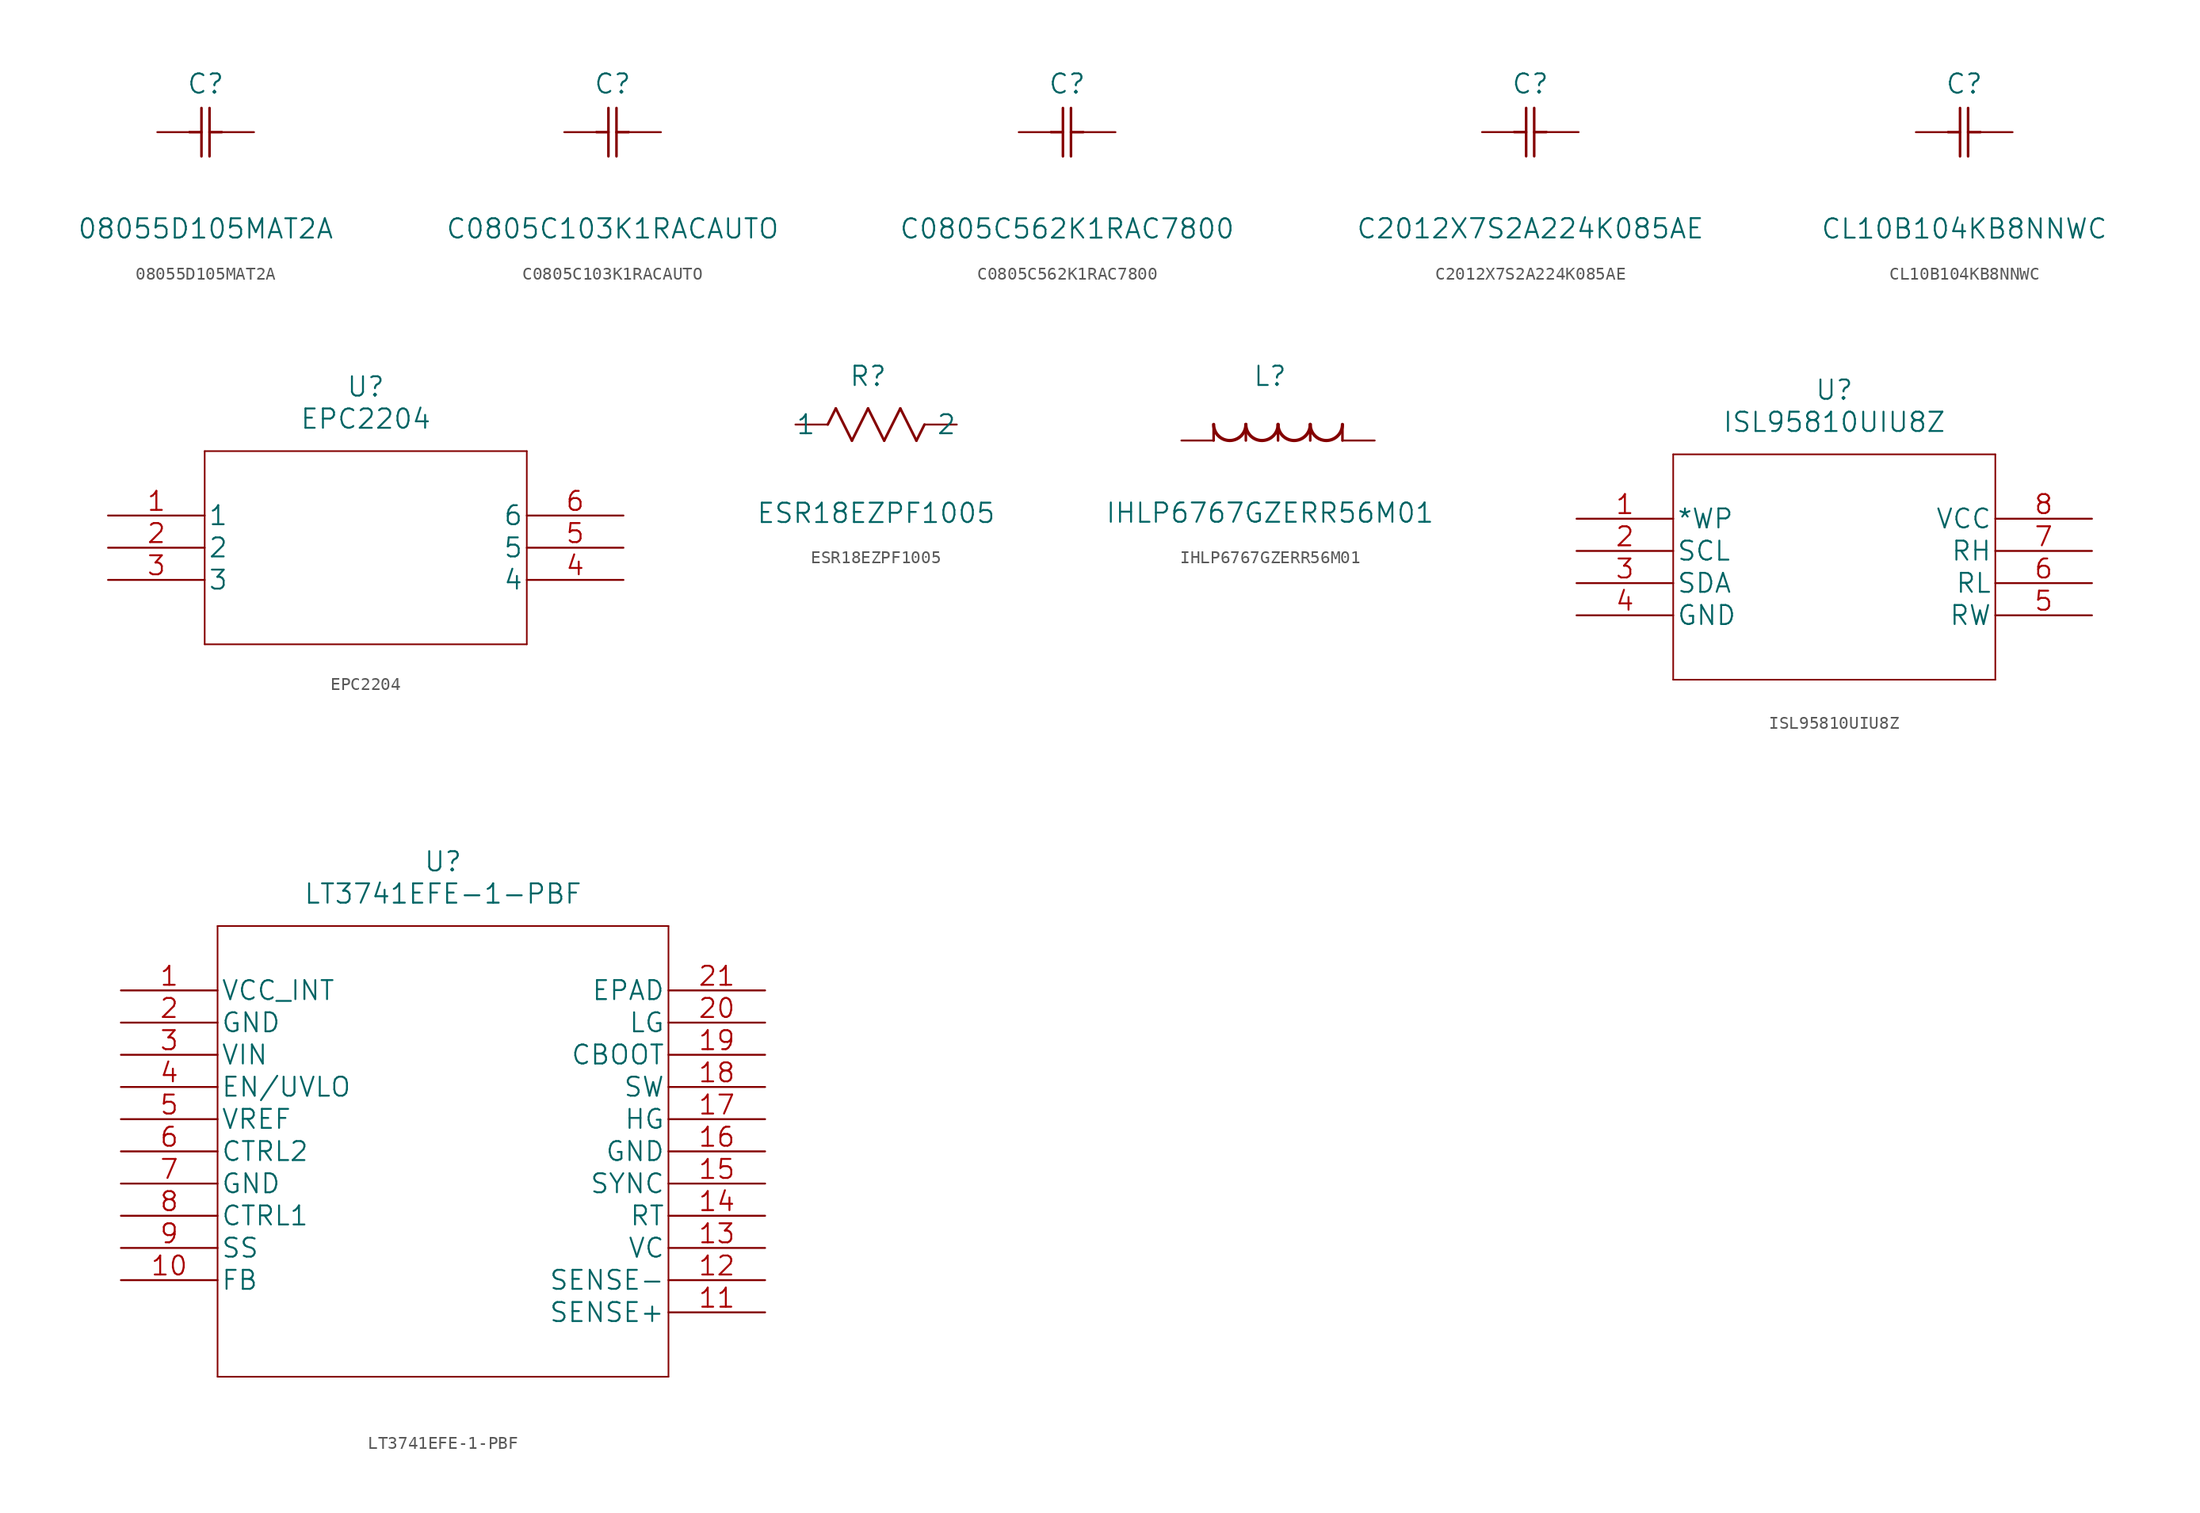
<source format=kicad_sym>
(kicad_symbol_lib
  (version 20211014)
  (generator kicad_symbol_editor)
  (symbol "08055D105MAT2A"
    (pin_numbers hide)
    (pin_names
      (offset 1.651) hide)
    (property "Reference" "C"
      (at 3.81 3.81 0)
      (effects (font (size 1.524 1.524))))
    (property "Value" "08055D105MAT2A"
      (at 3.81 -7.62 0)
      (effects (font (size 1.524 1.524))))
    (property "Datasheet" ""
      (at 0 0 0)
      (effects (font (size 1.524 1.524))))
    (property "ki_locked" ""
      (at 0 0 0)
      (effects (font (size 1.27 1.27))))
    (symbol "08055D105MAT2A_1_1"
      (polyline (pts (xy 2.54 0) (xy 3.48 0)) (stroke (width 0.203) (type default) (color 0 0 0 0)) (fill (type none)))
      (polyline (pts (xy 3.48 -1.905) (xy 3.48 1.905)) (stroke (width 0.203) (type default) (color 0 0 0 0)) (fill (type none)))
      (polyline (pts (xy 4.115 -1.905) (xy 4.115 1.905)) (stroke (width 0.203) (type default) (color 0 0 0 0)) (fill (type none)))
      (polyline (pts (xy 4.115 0) (xy 5.08 0)) (stroke (width 0.203) (type default) (color 0 0 0 0)) (fill (type none)))
      (pin unspecified line (at 0 0 0) (length 2.54) (name "1" (effects (font (size 1.499 1.499)))) (number "1" (effects (font (size 1.499 1.499)))))
      (pin unspecified line (at 7.62 0 180) (length 2.54) (name "2" (effects (font (size 1.499 1.499)))) (number "2" (effects (font (size 1.499 1.499)))))))
  (symbol "C0805C103K1RACAUTO"
    (pin_numbers hide)
    (pin_names
      (offset 1.651) hide)
    (property "Reference" "C"
      (at 3.81 3.81 0)
      (effects (font (size 1.524 1.524))))
    (property "Value" "C0805C103K1RACAUTO"
      (at 3.81 -7.62 0)
      (effects (font (size 1.524 1.524))))
    (property "Datasheet" ""
      (at 0 0 0)
      (effects (font (size 1.524 1.524))))
    (property "ki_locked" ""
      (at 0 0 0)
      (effects (font (size 1.27 1.27))))
    (symbol "C0805C103K1RACAUTO_1_1"
      (polyline (pts (xy 2.54 0) (xy 3.48 0)) (stroke (width 0.203) (type default) (color 0 0 0 0)) (fill (type none)))
      (polyline (pts (xy 3.48 -1.905) (xy 3.48 1.905)) (stroke (width 0.203) (type default) (color 0 0 0 0)) (fill (type none)))
      (polyline (pts (xy 4.115 -1.905) (xy 4.115 1.905)) (stroke (width 0.203) (type default) (color 0 0 0 0)) (fill (type none)))
      (polyline (pts (xy 4.115 0) (xy 5.08 0)) (stroke (width 0.203) (type default) (color 0 0 0 0)) (fill (type none)))
      (pin unspecified line (at 0 0 0) (length 2.54) (name "1" (effects (font (size 1.499 1.499)))) (number "1" (effects (font (size 1.499 1.499)))))
      (pin unspecified line (at 7.62 0 180) (length 2.54) (name "2" (effects (font (size 1.499 1.499)))) (number "2" (effects (font (size 1.499 1.499)))))))
  (symbol "C0805C562K1RAC7800"
    (pin_numbers hide)
    (pin_names
      (offset 1.651) hide)
    (property "Reference" "C"
      (at 3.81 3.81 0)
      (effects (font (size 1.524 1.524))))
    (property "Value" "C0805C562K1RAC7800"
      (at 3.81 -7.62 0)
      (effects (font (size 1.524 1.524))))
    (property "Datasheet" ""
      (at 0 0 0)
      (effects (font (size 1.524 1.524))))
    (property "ki_locked" ""
      (at 0 0 0)
      (effects (font (size 1.27 1.27))))
    (symbol "C0805C562K1RAC7800_1_1"
      (polyline (pts (xy 2.54 0) (xy 3.48 0)) (stroke (width 0.203) (type default) (color 0 0 0 0)) (fill (type none)))
      (polyline (pts (xy 3.48 -1.905) (xy 3.48 1.905)) (stroke (width 0.203) (type default) (color 0 0 0 0)) (fill (type none)))
      (polyline (pts (xy 4.115 -1.905) (xy 4.115 1.905)) (stroke (width 0.203) (type default) (color 0 0 0 0)) (fill (type none)))
      (polyline (pts (xy 4.115 0) (xy 5.08 0)) (stroke (width 0.203) (type default) (color 0 0 0 0)) (fill (type none)))
      (pin unspecified line (at 0 0 0) (length 2.54) (name "1" (effects (font (size 1.499 1.499)))) (number "1" (effects (font (size 1.499 1.499)))))
      (pin unspecified line (at 7.62 0 180) (length 2.54) (name "2" (effects (font (size 1.499 1.499)))) (number "2" (effects (font (size 1.499 1.499)))))))
  (symbol "C2012X7S2A224K085AE"
    (pin_numbers hide)
    (pin_names
      (offset 1.651) hide)
    (property "Reference" "C"
      (at 3.81 3.81 0)
      (effects (font (size 1.524 1.524))))
    (property "Value" "C2012X7S2A224K085AE"
      (at 3.81 -7.62 0)
      (effects (font (size 1.524 1.524))))
    (property "Datasheet" ""
      (at 0 0 0)
      (effects (font (size 1.524 1.524))))
    (property "ki_locked" ""
      (at 0 0 0)
      (effects (font (size 1.27 1.27))))
    (symbol "C2012X7S2A224K085AE_1_1"
      (polyline (pts (xy 2.54 0) (xy 3.48 0)) (stroke (width 0.203) (type default) (color 0 0 0 0)) (fill (type none)))
      (polyline (pts (xy 3.48 -1.905) (xy 3.48 1.905)) (stroke (width 0.203) (type default) (color 0 0 0 0)) (fill (type none)))
      (polyline (pts (xy 4.115 -1.905) (xy 4.115 1.905)) (stroke (width 0.203) (type default) (color 0 0 0 0)) (fill (type none)))
      (polyline (pts (xy 4.115 0) (xy 5.08 0)) (stroke (width 0.203) (type default) (color 0 0 0 0)) (fill (type none)))
      (pin unspecified line (at 0 0 0) (length 2.54) (name "1" (effects (font (size 1.499 1.499)))) (number "1" (effects (font (size 1.499 1.499)))))
      (pin unspecified line (at 7.62 0 180) (length 2.54) (name "2" (effects (font (size 1.499 1.499)))) (number "2" (effects (font (size 1.499 1.499)))))))
  (symbol "CL10B104KB8NNWC"
    (pin_numbers hide)
    (pin_names
      (offset 1.651) hide)
    (property "Reference" "C"
      (at 3.81 3.81 0)
      (effects (font (size 1.524 1.524))))
    (property "Value" "CL10B104KB8NNWC"
      (at 3.81 -7.62 0)
      (effects (font (size 1.524 1.524))))
    (property "Datasheet" ""
      (at 0 0 0)
      (effects (font (size 1.524 1.524))))
    (property "ki_locked" ""
      (at 0 0 0)
      (effects (font (size 1.27 1.27))))
    (symbol "CL10B104KB8NNWC_1_1"
      (polyline (pts (xy 2.54 0) (xy 3.48 0)) (stroke (width 0.203) (type default) (color 0 0 0 0)) (fill (type none)))
      (polyline (pts (xy 3.48 -1.905) (xy 3.48 1.905)) (stroke (width 0.203) (type default) (color 0 0 0 0)) (fill (type none)))
      (polyline (pts (xy 4.115 -1.905) (xy 4.115 1.905)) (stroke (width 0.203) (type default) (color 0 0 0 0)) (fill (type none)))
      (polyline (pts (xy 4.115 0) (xy 5.08 0)) (stroke (width 0.203) (type default) (color 0 0 0 0)) (fill (type none)))
      (pin unspecified line (at 0 0 0) (length 2.54) (name "1" (effects (font (size 1.499 1.499)))) (number "1" (effects (font (size 1.499 1.499)))))
      (pin unspecified line (at 7.62 0 180) (length 2.54) (name "2" (effects (font (size 1.499 1.499)))) (number "2" (effects (font (size 1.499 1.499)))))))
  (symbol "EPC2204"
    (pin_names
      (offset 0.254))
    (property "Reference" "U"
      (at 20.32 10.16 0)
      (effects (font (size 1.524 1.524))))
    (property "Value" "EPC2204"
      (at 20.32 7.62 0)
      (effects (font (size 1.524 1.524))))
    (property "Datasheet" ""
      (at 0 0 0)
      (effects (font (size 1.524 1.524))))
    (property "ki_locked" ""
      (at 0 0 0)
      (effects (font (size 1.27 1.27))))
    (symbol "EPC2204_1_1"
      (polyline (pts (xy 7.62 -10.16) (xy 33.02 -10.16)) (stroke (width 0.127) (type default) (color 0 0 0 0)) (fill (type none)))
      (polyline (pts (xy 7.62 5.08) (xy 7.62 -10.16)) (stroke (width 0.127) (type default) (color 0 0 0 0)) (fill (type none)))
      (polyline (pts (xy 33.02 -10.16) (xy 33.02 5.08)) (stroke (width 0.127) (type default) (color 0 0 0 0)) (fill (type none)))
      (polyline (pts (xy 33.02 5.08) (xy 7.62 5.08)) (stroke (width 0.127) (type default) (color 0 0 0 0)) (fill (type none)))
      (pin unspecified line (at 0 0 0) (length 7.62) (name "1" (effects (font (size 1.499 1.499)))) (number "1" (effects (font (size 1.499 1.499)))))
      (pin unspecified line (at 0 -2.54 0) (length 7.62) (name "2" (effects (font (size 1.499 1.499)))) (number "2" (effects (font (size 1.499 1.499)))))
      (pin unspecified line (at 0 -5.08 0) (length 7.62) (name "3" (effects (font (size 1.499 1.499)))) (number "3" (effects (font (size 1.499 1.499)))))
      (pin unspecified line (at 40.64 -5.08 180) (length 7.62) (name "4" (effects (font (size 1.499 1.499)))) (number "4" (effects (font (size 1.499 1.499)))))
      (pin unspecified line (at 40.64 -2.54 180) (length 7.62) (name "5" (effects (font (size 1.499 1.499)))) (number "5" (effects (font (size 1.499 1.499)))))
      (pin unspecified line (at 40.64 0 180) (length 7.62) (name "6" (effects (font (size 1.499 1.499)))) (number "6" (effects (font (size 1.499 1.499)))))))
  (symbol "ESR18EZPF1005"
    (pin_numbers hide)
    (pin_names
      (offset -2.54))
    (property "Reference" "R"
      (at 5.715 3.81 0)
      (effects (font (size 1.524 1.524))))
    (property "Value" "ESR18EZPF1005"
      (at 6.35 -6.985 0)
      (effects (font (size 1.524 1.524))))
    (property "Datasheet" ""
      (at 0 0 0)
      (effects (font (size 1.524 1.524))))
    (property "ki_locked" ""
      (at 0 0 0)
      (effects (font (size 1.27 1.27))))
    (symbol "ESR18EZPF1005_1_1"
      (polyline (pts (xy 2.54 0) (xy 3.175 1.27)) (stroke (width 0.203) (type default) (color 0 0 0 0)) (fill (type none)))
      (polyline (pts (xy 3.175 1.27) (xy 4.445 -1.27)) (stroke (width 0.203) (type default) (color 0 0 0 0)) (fill (type none)))
      (polyline (pts (xy 4.445 -1.27) (xy 5.715 1.27)) (stroke (width 0.203) (type default) (color 0 0 0 0)) (fill (type none)))
      (polyline (pts (xy 5.715 1.27) (xy 6.985 -1.27)) (stroke (width 0.203) (type default) (color 0 0 0 0)) (fill (type none)))
      (polyline (pts (xy 6.985 -1.27) (xy 8.255 1.27)) (stroke (width 0.203) (type default) (color 0 0 0 0)) (fill (type none)))
      (polyline (pts (xy 8.255 1.27) (xy 9.525 -1.27)) (stroke (width 0.203) (type default) (color 0 0 0 0)) (fill (type none)))
      (polyline (pts (xy 9.525 -1.27) (xy 10.16 0)) (stroke (width 0.203) (type default) (color 0 0 0 0)) (fill (type none)))
      (pin unspecified line (at 0 0 0) (length 2.54) (name "1" (effects (font (size 1.499 1.499)))) (number "1" (effects (font (size 1.499 1.499)))))
      (pin unspecified line (at 12.7 0 180) (length 2.54) (name "2" (effects (font (size 1.499 1.499)))) (number "2" (effects (font (size 1.499 1.499)))))))
  (symbol "IHLP6767GZERR56M01"
    (pin_numbers hide)
    (pin_names
      (offset 1.651) hide)
    (property "Reference" "L"
      (at 6.985 5.08 0)
      (effects (font (size 1.524 1.524))))
    (property "Value" "IHLP6767GZERR56M01"
      (at 6.985 -5.715 0)
      (effects (font (size 1.524 1.524))))
    (property "Datasheet" ""
      (at 0 0 0)
      (effects (font (size 1.524 1.524))))
    (property "ki_locked" ""
      (at 0 0 0)
      (effects (font (size 1.27 1.27))))
    (symbol "IHLP6767GZERR56M01_1_1"
      (polyline (pts (xy 2.54 0) (xy 2.54 1.27)) (stroke (width 0.203) (type default) (color 0 0 0 0)) (fill (type none)))
      (polyline (pts (xy 5.08 0) (xy 5.08 1.27)) (stroke (width 0.203) (type default) (color 0 0 0 0)) (fill (type none)))
      (polyline (pts (xy 7.62 0) (xy 7.62 1.27)) (stroke (width 0.203) (type default) (color 0 0 0 0)) (fill (type none)))
      (polyline (pts (xy 10.16 0) (xy 10.16 1.27)) (stroke (width 0.203) (type default) (color 0 0 0 0)) (fill (type none)))
      (polyline (pts (xy 12.7 0) (xy 12.7 1.27)) (stroke (width 0.203) (type default) (color 0 0 0 0)) (fill (type none)))
      (arc (start 2.54 1.27) (mid 3.81 0) (end 5.08 1.27) (stroke (width 0.254) (type default) (color 0 0 0 0)) (fill (type none)))
      (arc (start 5.08 1.27) (mid 6.35 0) (end 7.62 1.27) (stroke (width 0.254) (type default) (color 0 0 0 0)) (fill (type none)))
      (arc (start 7.62 1.27) (mid 8.89 0) (end 10.16 1.27) (stroke (width 0.254) (type default) (color 0 0 0 0)) (fill (type none)))
      (arc (start 10.16 1.27) (mid 11.43 0) (end 12.7 1.27) (stroke (width 0.254) (type default) (color 0 0 0 0)) (fill (type none)))
      (pin unspecified line (at 15.24 0 180) (length 2.54) (name "1" (effects (font (size 1.499 1.499)))) (number "1" (effects (font (size 1.499 1.499)))))
      (pin unspecified line (at 0 0 0) (length 2.54) (name "2" (effects (font (size 1.499 1.499)))) (number "2" (effects (font (size 1.499 1.499)))))))
  (symbol "ISL95810UIU8Z"
    (pin_names
      (offset 0.254))
    (property "Reference" "U"
      (at 20.32 10.16 0)
      (effects (font (size 1.524 1.524))))
    (property "Value" "ISL95810UIU8Z"
      (at 20.32 7.62 0)
      (effects (font (size 1.524 1.524))))
    (property "Datasheet" ""
      (at 0 0 0)
      (effects (font (size 1.524 1.524))))
    (property "ki_locked" ""
      (at 0 0 0)
      (effects (font (size 1.27 1.27))))
    (symbol "ISL95810UIU8Z_1_1"
      (polyline (pts (xy 7.62 -12.7) (xy 33.02 -12.7)) (stroke (width 0.127) (type default) (color 0 0 0 0)) (fill (type none)))
      (polyline (pts (xy 7.62 5.08) (xy 7.62 -12.7)) (stroke (width 0.127) (type default) (color 0 0 0 0)) (fill (type none)))
      (polyline (pts (xy 33.02 -12.7) (xy 33.02 5.08)) (stroke (width 0.127) (type default) (color 0 0 0 0)) (fill (type none)))
      (polyline (pts (xy 33.02 5.08) (xy 7.62 5.08)) (stroke (width 0.127) (type default) (color 0 0 0 0)) (fill (type none)))
      (pin unspecified line (at 0 0 0) (length 7.62) (name "*WP" (effects (font (size 1.499 1.499)))) (number "1" (effects (font (size 1.499 1.499)))))
      (pin unspecified line (at 0 -2.54 0) (length 7.62) (name "SCL" (effects (font (size 1.499 1.499)))) (number "2" (effects (font (size 1.499 1.499)))))
      (pin bidirectional line (at 0 -5.08 0) (length 7.62) (name "SDA" (effects (font (size 1.499 1.499)))) (number "3" (effects (font (size 1.499 1.499)))))
      (pin power_in line (at 0 -7.62 0) (length 7.62) (name "GND" (effects (font (size 1.499 1.499)))) (number "4" (effects (font (size 1.499 1.499)))))
      (pin unspecified line (at 40.64 -7.62 180) (length 7.62) (name "RW" (effects (font (size 1.499 1.499)))) (number "5" (effects (font (size 1.499 1.499)))))
      (pin unspecified line (at 40.64 -5.08 180) (length 7.62) (name "RL" (effects (font (size 1.499 1.499)))) (number "6" (effects (font (size 1.499 1.499)))))
      (pin unspecified line (at 40.64 -2.54 180) (length 7.62) (name "RH" (effects (font (size 1.499 1.499)))) (number "7" (effects (font (size 1.499 1.499)))))
      (pin power_in line (at 40.64 0 180) (length 7.62) (name "VCC" (effects (font (size 1.499 1.499)))) (number "8" (effects (font (size 1.499 1.499)))))))
  (symbol "LT3741EFE-1-PBF"
    (pin_names
      (offset 0.254))
    (property "Reference" "U"
      (at 25.4 10.16 0)
      (effects (font (size 1.524 1.524))))
    (property "Value" "LT3741EFE-1-PBF"
      (at 25.4 7.62 0)
      (effects (font (size 1.524 1.524))))
    (property "Datasheet" ""
      (at 0 0 0)
      (effects (font (size 1.524 1.524))))
    (property "ki_locked" ""
      (at 0 0 0)
      (effects (font (size 1.27 1.27))))
    (symbol "LT3741EFE-1-PBF_1_1"
      (polyline (pts (xy 7.62 -30.48) (xy 43.18 -30.48)) (stroke (width 0.127) (type default) (color 0 0 0 0)) (fill (type none)))
      (polyline (pts (xy 7.62 5.08) (xy 7.62 -30.48)) (stroke (width 0.127) (type default) (color 0 0 0 0)) (fill (type none)))
      (polyline (pts (xy 43.18 -30.48) (xy 43.18 5.08)) (stroke (width 0.127) (type default) (color 0 0 0 0)) (fill (type none)))
      (polyline (pts (xy 43.18 5.08) (xy 7.62 5.08)) (stroke (width 0.127) (type default) (color 0 0 0 0)) (fill (type none)))
      (pin power_in line (at 0 0 0) (length 7.62) (name "VCC_INT" (effects (font (size 1.499 1.499)))) (number "1" (effects (font (size 1.499 1.499)))))
      (pin unspecified line (at 0 -22.86 0) (length 7.62) (name "FB" (effects (font (size 1.499 1.499)))) (number "10" (effects (font (size 1.499 1.499)))))
      (pin unspecified line (at 50.8 -25.4 180) (length 7.62) (name "SENSE+" (effects (font (size 1.499 1.499)))) (number "11" (effects (font (size 1.499 1.499)))))
      (pin unspecified line (at 50.8 -22.86 180) (length 7.62) (name "SENSE-" (effects (font (size 1.499 1.499)))) (number "12" (effects (font (size 1.499 1.499)))))
      (pin power_in line (at 50.8 -20.32 180) (length 7.62) (name "VC" (effects (font (size 1.499 1.499)))) (number "13" (effects (font (size 1.499 1.499)))))
      (pin unspecified line (at 50.8 -17.78 180) (length 7.62) (name "RT" (effects (font (size 1.499 1.499)))) (number "14" (effects (font (size 1.499 1.499)))))
      (pin unspecified line (at 50.8 -15.24 180) (length 7.62) (name "SYNC" (effects (font (size 1.499 1.499)))) (number "15" (effects (font (size 1.499 1.499)))))
      (pin power_in line (at 50.8 -12.7 180) (length 7.62) (name "GND" (effects (font (size 1.499 1.499)))) (number "16" (effects (font (size 1.499 1.499)))))
      (pin unspecified line (at 50.8 -10.16 180) (length 7.62) (name "HG" (effects (font (size 1.499 1.499)))) (number "17" (effects (font (size 1.499 1.499)))))
      (pin unspecified line (at 50.8 -7.62 180) (length 7.62) (name "SW" (effects (font (size 1.499 1.499)))) (number "18" (effects (font (size 1.499 1.499)))))
      (pin unspecified line (at 50.8 -5.08 180) (length 7.62) (name "CBOOT" (effects (font (size 1.499 1.499)))) (number "19" (effects (font (size 1.499 1.499)))))
      (pin power_in line (at 0 -2.54 0) (length 7.62) (name "GND" (effects (font (size 1.499 1.499)))) (number "2" (effects (font (size 1.499 1.499)))))
      (pin unspecified line (at 50.8 -2.54 180) (length 7.62) (name "LG" (effects (font (size 1.499 1.499)))) (number "20" (effects (font (size 1.499 1.499)))))
      (pin power_in line (at 50.8 0 180) (length 7.62) (name "EPAD" (effects (font (size 1.499 1.499)))) (number "21" (effects (font (size 1.499 1.499)))))
      (pin power_in line (at 0 -5.08 0) (length 7.62) (name "VIN" (effects (font (size 1.499 1.499)))) (number "3" (effects (font (size 1.499 1.499)))))
      (pin unspecified line (at 0 -7.62 0) (length 7.62) (name "EN/UVLO" (effects (font (size 1.499 1.499)))) (number "4" (effects (font (size 1.499 1.499)))))
      (pin power_in line (at 0 -10.16 0) (length 7.62) (name "VREF" (effects (font (size 1.499 1.499)))) (number "5" (effects (font (size 1.499 1.499)))))
      (pin bidirectional line (at 0 -12.7 0) (length 7.62) (name "CTRL2" (effects (font (size 1.499 1.499)))) (number "6" (effects (font (size 1.499 1.499)))))
      (pin power_in line (at 0 -15.24 0) (length 7.62) (name "GND" (effects (font (size 1.499 1.499)))) (number "7" (effects (font (size 1.499 1.499)))))
      (pin bidirectional line (at 0 -17.78 0) (length 7.62) (name "CTRL1" (effects (font (size 1.499 1.499)))) (number "8" (effects (font (size 1.499 1.499)))))
      (pin unspecified line (at 0 -20.32 0) (length 7.62) (name "SS" (effects (font (size 1.499 1.499)))) (number "9" (effects (font (size 1.499 1.499))))))))
</source>
